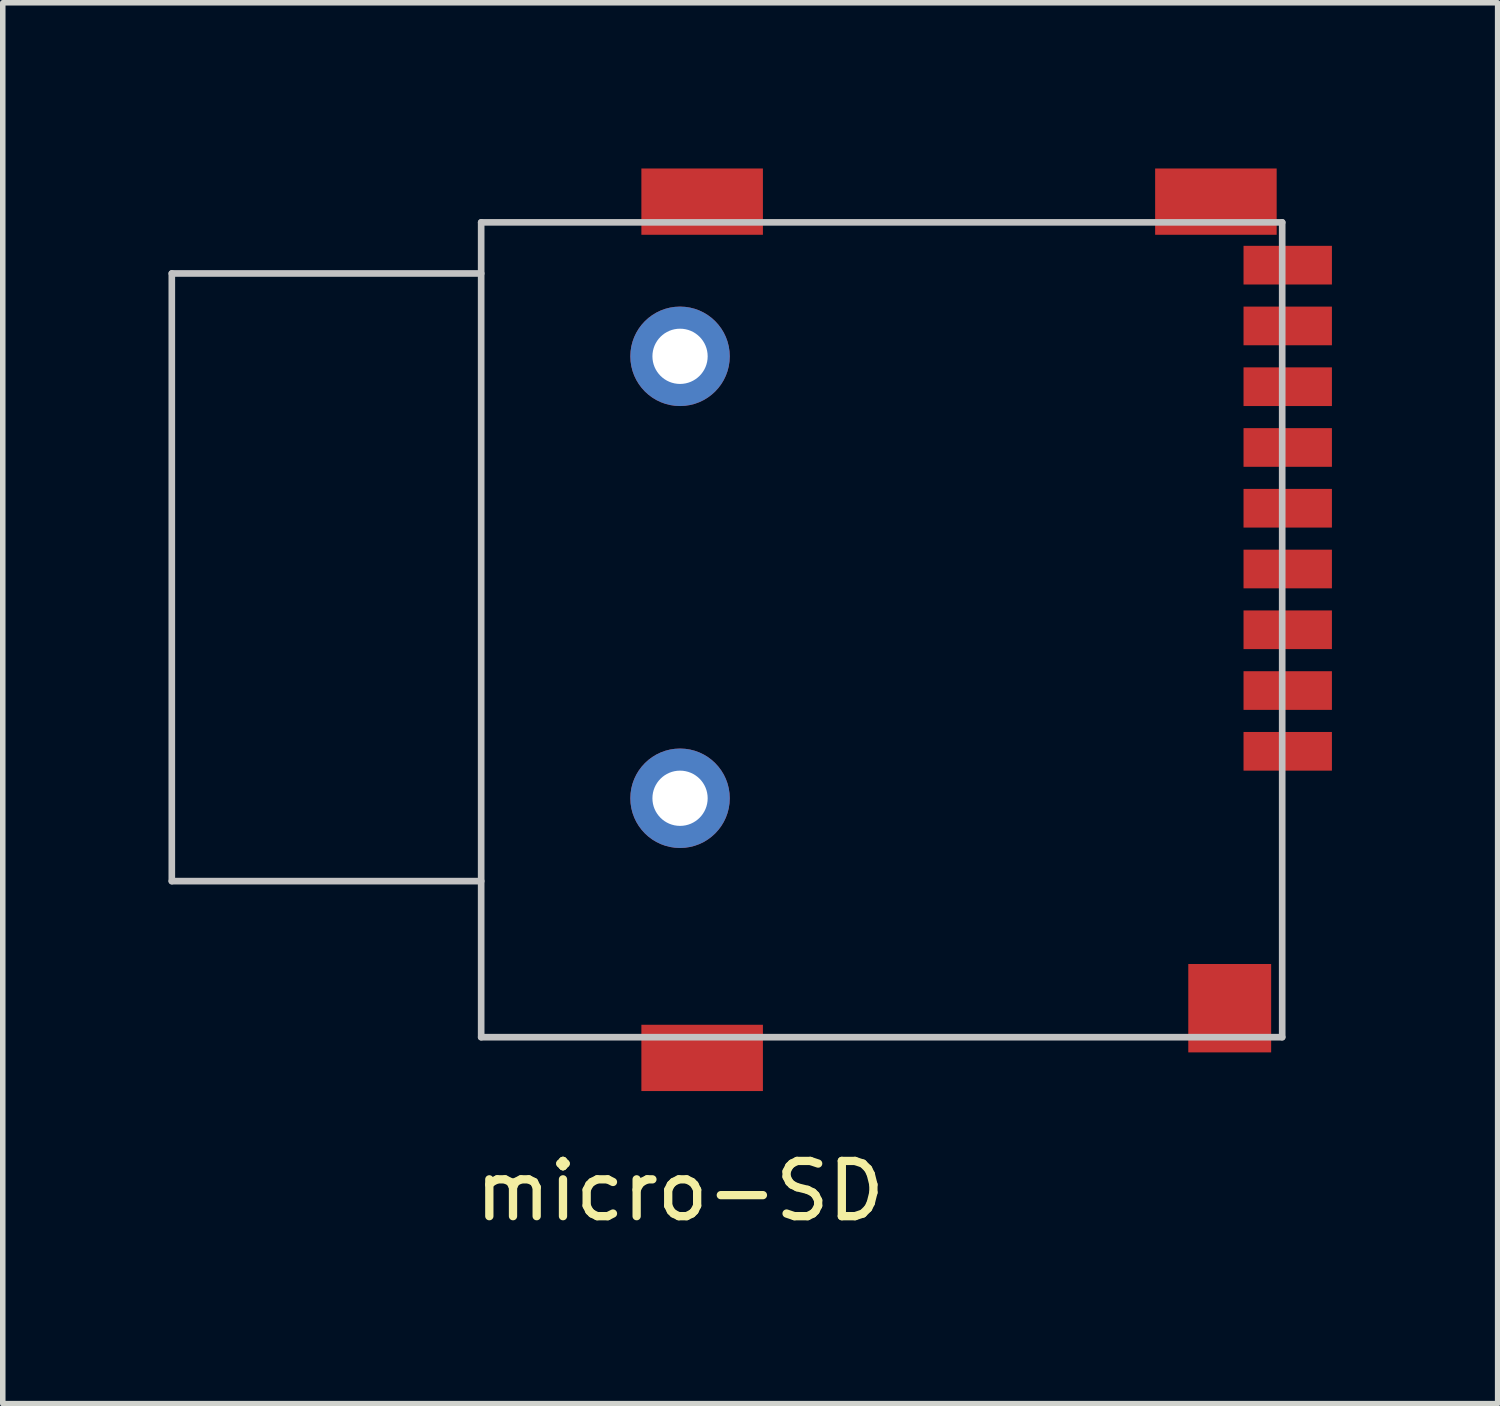
<source format=kicad_pcb>
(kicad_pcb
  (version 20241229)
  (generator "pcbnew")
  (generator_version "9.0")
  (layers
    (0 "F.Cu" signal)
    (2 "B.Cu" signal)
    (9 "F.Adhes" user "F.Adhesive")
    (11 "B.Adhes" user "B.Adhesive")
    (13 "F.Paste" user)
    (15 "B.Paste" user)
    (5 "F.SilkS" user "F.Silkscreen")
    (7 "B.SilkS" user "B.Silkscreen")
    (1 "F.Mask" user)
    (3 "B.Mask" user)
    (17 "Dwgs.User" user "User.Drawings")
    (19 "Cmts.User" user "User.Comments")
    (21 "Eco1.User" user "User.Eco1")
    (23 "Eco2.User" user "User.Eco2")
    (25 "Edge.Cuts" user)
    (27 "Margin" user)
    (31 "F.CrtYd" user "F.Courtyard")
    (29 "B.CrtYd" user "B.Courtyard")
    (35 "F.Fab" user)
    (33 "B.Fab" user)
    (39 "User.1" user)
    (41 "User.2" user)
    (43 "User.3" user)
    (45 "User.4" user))
  (footprint "micro-SD"
    (layer "F.Cu")
    (at 9.26 8.35)
    (property "Reference" "micro-SD" (at 0 10.16 0) (layer "F.SilkS") (effects (font (size 1 1) (thickness 0.15))))
    (attr through_hole)
    (fp_line (start -9.2 -6.45) (end -3.6 -6.45) (stroke (width 0.12) (type solid)) (layer "Dwgs.User"))
    (fp_line (start -9.2 4.55) (end -9.2 -6.45) (stroke (width 0.12) (type solid)) (layer "Dwgs.User"))
    (fp_line (start -3.6 -7.375) (end -3.6 7.375) (stroke (width 0.12) (type solid)) (layer "Dwgs.User"))
    (fp_line (start -3.6 -7.375) (end 10.9 -7.375) (stroke (width 0.12) (type solid)) (layer "Dwgs.User"))
    (fp_line (start -3.6 4.55) (end -9.2 4.55) (stroke (width 0.12) (type solid)) (layer "Dwgs.User"))
    (fp_line (start -3.6 7.375) (end 10.9 7.375) (stroke (width 0.12) (type solid)) (layer "Dwgs.User"))
    (fp_line (start 10.9 7.375) (end 10.9 -7.375) (stroke (width 0.12) (type solid)) (layer "Dwgs.User"))
    (pad "-1" thru_hole circle (at 0 -4.95) (size 1.8 1.8) (drill 1) (layers "*.Cu" "*.Mask"))
    (pad "-1" thru_hole circle (at 0 3.05) (size 1.8 1.8) (drill 1) (layers "*.Cu" "*.Mask"))
    (pad "-1" smd rect (at 0.4 -7.75) (size 2.2 1.2) (layers "F.Cu" "F.Mask" "F.Paste"))
    (pad "-1" smd rect (at 0.4 7.75) (size 2.2 1.2) (layers "F.Cu" "F.Mask" "F.Paste"))
    (pad "-1" smd rect (at 9.7 -7.75) (size 2.2 1.2) (layers "F.Cu" "F.Mask" "F.Paste"))
    (pad "-1" smd rect (at 9.95 6.85) (size 1.5 1.6) (layers "F.Cu" "F.Mask" "F.Paste"))
    (pad "1" smd rect (at 11 2.2) (size 1.6 0.7) (layers "F.Cu" "F.Mask" "F.Paste"))
    (pad "2" smd rect (at 11 1.1) (size 1.6 0.7) (layers "F.Cu" "F.Mask" "F.Paste"))
    (pad "3" smd rect (at 11 0) (size 1.6 0.7) (layers "F.Cu" "F.Mask" "F.Paste"))
    (pad "4" smd rect (at 11 -1.1) (size 1.6 0.7) (layers "F.Cu" "F.Mask" "F.Paste"))
    (pad "5" smd rect (at 11 -2.2) (size 1.6 0.7) (layers "F.Cu" "F.Mask" "F.Paste"))
    (pad "6" smd rect (at 11 -3.3) (size 1.6 0.7) (layers "F.Cu" "F.Mask" "F.Paste"))
    (pad "7" smd rect (at 11 -4.4) (size 1.6 0.7) (layers "F.Cu" "F.Mask" "F.Paste"))
    (pad "8" smd rect (at 11 -5.5) (size 1.6 0.7) (layers "F.Cu" "F.Mask" "F.Paste"))
    (pad "9" smd rect (at 11 -6.6) (size 1.6 0.7) (layers "F.Cu" "F.Mask" "F.Paste")))
  (gr_rect
    (start -3 -3)
    (end 24.06 22.358)
    (stroke (width 0.1) (type default))
    (fill no)
    (layer "Edge.Cuts")))
</source>
